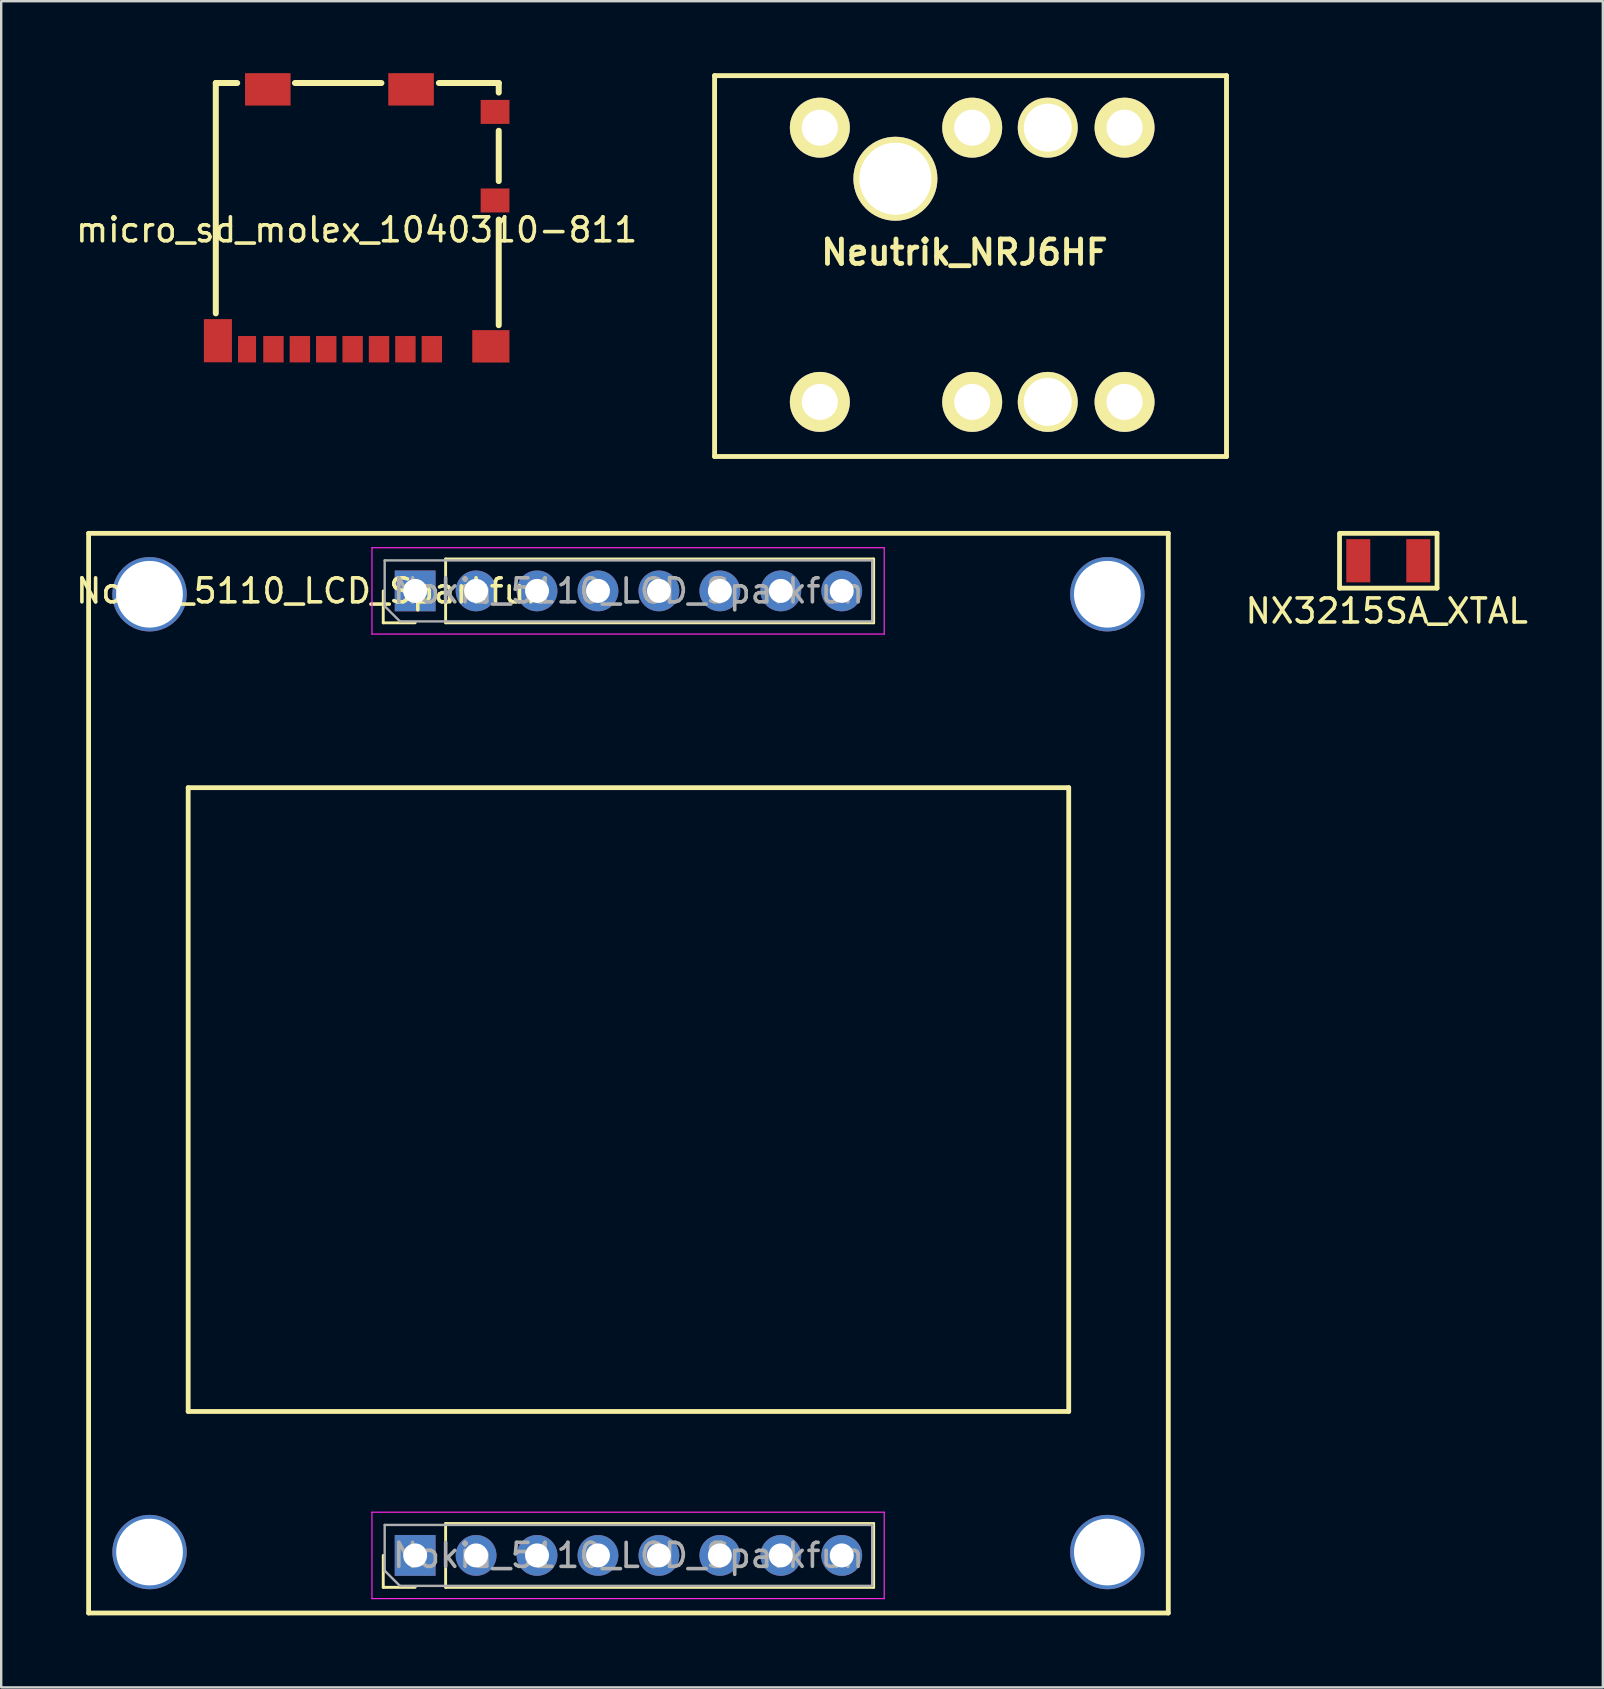
<source format=kicad_pcb>
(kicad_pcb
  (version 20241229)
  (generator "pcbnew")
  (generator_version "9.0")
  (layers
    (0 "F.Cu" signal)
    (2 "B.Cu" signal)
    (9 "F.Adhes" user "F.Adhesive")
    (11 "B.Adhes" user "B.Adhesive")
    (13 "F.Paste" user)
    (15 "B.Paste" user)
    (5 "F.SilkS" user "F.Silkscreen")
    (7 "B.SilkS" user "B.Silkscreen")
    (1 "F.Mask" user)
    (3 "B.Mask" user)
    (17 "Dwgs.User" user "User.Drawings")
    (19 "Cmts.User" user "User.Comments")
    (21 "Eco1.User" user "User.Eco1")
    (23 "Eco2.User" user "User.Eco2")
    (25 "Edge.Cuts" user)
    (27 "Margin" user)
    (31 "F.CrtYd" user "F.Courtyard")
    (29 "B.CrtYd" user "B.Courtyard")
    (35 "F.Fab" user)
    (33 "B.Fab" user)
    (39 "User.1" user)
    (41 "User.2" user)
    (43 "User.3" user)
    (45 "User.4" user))
  (footprint "micro_sd_molex_1040310-811"
    (layer "F.Cu")
    (at 11.815 6.03)
    (property "Reference" "micro_sd_molex_1040310-811" (at 0 0.5 0) (layer "F.SilkS") (effects (font (size 1 1) (thickness 0.15))))
    (attr through_hole)
    (fp_line (start -5.871 -5.62) (end -4.979 -5.62) (stroke (width 0.25) (type solid)) (layer "F.SilkS"))
    (fp_line (start -5.871 3.98) (end -5.871 -5.62) (stroke (width 0.25) (type solid)) (layer "F.SilkS"))
    (fp_line (start -2.572 -5.62) (end 1.032 -5.62) (stroke (width 0.25) (type solid)) (layer "F.SilkS"))
    (fp_line (start 3.426 -5.62) (end 5.922 -5.62) (stroke (width 0.25) (type solid)) (layer "F.SilkS"))
    (fp_line (start 5.922 -5.62) (end 5.922 -5.222) (stroke (width 0.25) (type solid)) (layer "F.SilkS"))
    (fp_line (start 5.922 -3.63) (end 5.922 -1.532) (stroke (width 0.25) (type solid)) (layer "F.SilkS"))
    (fp_line (start 5.922 0.072) (end 5.922 4.474) (stroke (width 0.25) (type solid)) (layer "F.SilkS"))
    (pad "1" smd rect (at 3.133 5.475) (size 0.85 1.1) (layers "F.Cu" "F.Mask" "F.Paste"))
    (pad "2" smd rect (at 2.032 5.475) (size 0.85 1.1) (layers "F.Cu" "F.Mask" "F.Paste"))
    (pad "3" smd rect (at 0.932 5.475) (size 0.85 1.1) (layers "F.Cu" "F.Mask" "F.Paste"))
    (pad "4" smd rect (at -0.167 5.475) (size 0.85 1.1) (layers "F.Cu" "F.Mask" "F.Paste"))
    (pad "5" smd rect (at -1.268 5.475) (size 0.85 1.1) (layers "F.Cu" "F.Mask" "F.Paste"))
    (pad "6" smd rect (at -2.367 5.475) (size 0.85 1.1) (layers "F.Cu" "F.Mask" "F.Paste"))
    (pad "7" smd rect (at -3.468 5.475) (size 0.85 1.1) (layers "F.Cu" "F.Mask" "F.Paste"))
    (pad "8" smd rect (at -4.568 5.475) (size 0.75 1.1) (layers "F.Cu" "F.Mask" "F.Paste"))
    (pad "9" smd rect (at 5.768 -0.725) (size 1.2 1) (layers "F.Cu" "F.Mask" "F.Paste"))
    (pad "10" smd rect (at 5.768 -4.415) (size 1.2 1) (layers "F.Cu" "F.Mask" "F.Paste"))
    (pad "11" smd rect (at -5.782 5.12) (size 1.17 1.8) (layers "F.Cu" "F.Mask" "F.Paste"))
    (pad "11" smd rect (at -3.703 -5.355) (size 1.9 1.35) (layers "F.Cu" "F.Mask" "F.Paste"))
    (pad "11" smd rect (at 2.268 -5.355) (size 1.9 1.35) (layers "F.Cu" "F.Mask" "F.Paste"))
    (pad "11" smd rect (at 5.593 5.355) (size 1.55 1.35) (layers "F.Cu" "F.Mask" "F.Paste")))
  (footprint "NX3215SA_XTAL"
    (layer "F.Cu")
    (at 54.812 20.321)
    (property "Reference" "NX3215SA_XTAL" (at -0.064 2.095 0) (layer "F.SilkS") (effects (font (size 1 1) (thickness 0.15))))
    (attr through_hole)
    (fp_line (start -2.032 -1.079) (end -2.032 1.143) (stroke (width 0.2) (type solid)) (layer "F.SilkS"))
    (fp_line (start -2.032 1.143) (end 2.032 1.143) (stroke (width 0.2) (type solid)) (layer "F.SilkS"))
    (fp_line (start 2.032 -1.143) (end -2.032 -1.143) (stroke (width 0.2) (type solid)) (layer "F.SilkS"))
    (fp_line (start 2.032 1.143) (end 2.032 -1.143) (stroke (width 0.2) (type solid)) (layer "F.SilkS"))
    (pad "1" smd rect (at -1.25 0) (size 1 1.8) (layers "F.Cu" "F.Mask" "F.Paste"))
    (pad "2" smd rect (at 1.25 0) (size 1 1.8) (layers "F.Cu" "F.Mask" "F.Paste")))
  (footprint "Nokia_5110_LCD_Sparkfun"
    (layer "F.Cu")
    (at 23.143 21.578)
    (property "Reference" "Nokia_5110_LCD_Sparkfun" (at -13.208 0 180) (layer "F.SilkS") (effects (font (size 1 1) (thickness 0.15))))
    (attr through_hole)
    (fp_line (start -22.5 -2.4) (end -22.5 42.6) (stroke (width 0.2) (type solid)) (layer "F.SilkS"))
    (fp_line (start -22.5 -2.4) (end 22.5 -2.4) (stroke (width 0.2) (type solid)) (layer "F.SilkS"))
    (fp_line (start -18.35 8.2) (end 18.35 8.2) (stroke (width 0.2) (type solid)) (layer "F.SilkS"))
    (fp_line (start -18.35 34.2) (end -18.35 8.2) (stroke (width 0.2) (type solid)) (layer "F.SilkS"))
    (fp_line (start -10.22 1.33) (end -10.22 0) (stroke (width 0.12) (type solid)) (layer "F.SilkS"))
    (fp_line (start -10.22 41.53) (end -10.22 40.2) (stroke (width 0.12) (type solid)) (layer "F.SilkS"))
    (fp_line (start -8.89 1.33) (end -10.22 1.33) (stroke (width 0.12) (type solid)) (layer "F.SilkS"))
    (fp_line (start -8.89 41.53) (end -10.22 41.53) (stroke (width 0.12) (type solid)) (layer "F.SilkS"))
    (fp_line (start -7.62 -1.33) (end 10.22 -1.33) (stroke (width 0.12) (type solid)) (layer "F.SilkS"))
    (fp_line (start -7.62 1.33) (end -7.62 -1.33) (stroke (width 0.12) (type solid)) (layer "F.SilkS"))
    (fp_line (start -7.62 1.33) (end 10.22 1.33) (stroke (width 0.12) (type solid)) (layer "F.SilkS"))
    (fp_line (start -7.62 38.87) (end 10.22 38.87) (stroke (width 0.12) (type solid)) (layer "F.SilkS"))
    (fp_line (start -7.62 41.53) (end -7.62 38.87) (stroke (width 0.12) (type solid)) (layer "F.SilkS"))
    (fp_line (start -7.62 41.53) (end 10.22 41.53) (stroke (width 0.12) (type solid)) (layer "F.SilkS"))
    (fp_line (start 10.22 1.33) (end 10.22 -1.33) (stroke (width 0.12) (type solid)) (layer "F.SilkS"))
    (fp_line (start 10.22 41.53) (end 10.22 38.87) (stroke (width 0.12) (type solid)) (layer "F.SilkS"))
    (fp_line (start 18.35 8.2) (end 18.35 34.2) (stroke (width 0.2) (type solid)) (layer "F.SilkS"))
    (fp_line (start 18.35 34.2) (end -18.35 34.2) (stroke (width 0.2) (type solid)) (layer "F.SilkS"))
    (fp_line (start 22.5 -2.4) (end 22.5 42.6) (stroke (width 0.2) (type solid)) (layer "F.SilkS"))
    (fp_line (start 22.5 42.6) (end -22.5 42.6) (stroke (width 0.2) (type solid)) (layer "F.SilkS"))
    (fp_line (start -10.69 -1.8) (end -10.69 1.8) (stroke (width 0.05) (type solid)) (layer "F.CrtYd"))
    (fp_line (start -10.69 1.8) (end 10.66 1.8) (stroke (width 0.05) (type solid)) (layer "F.CrtYd"))
    (fp_line (start -10.69 38.4) (end -10.69 42) (stroke (width 0.05) (type solid)) (layer "F.CrtYd"))
    (fp_line (start -10.69 42) (end 10.66 42) (stroke (width 0.05) (type solid)) (layer "F.CrtYd"))
    (fp_line (start 10.66 -1.8) (end -10.69 -1.8) (stroke (width 0.05) (type solid)) (layer "F.CrtYd"))
    (fp_line (start 10.66 1.8) (end 10.66 -1.8) (stroke (width 0.05) (type solid)) (layer "F.CrtYd"))
    (fp_line (start 10.66 38.4) (end -10.69 38.4) (stroke (width 0.05) (type solid)) (layer "F.CrtYd"))
    (fp_line (start 10.66 42) (end 10.66 38.4) (stroke (width 0.05) (type solid)) (layer "F.CrtYd"))
    (fp_line (start -10.16 -1.27) (end 10.16 -1.27) (stroke (width 0.1) (type solid)) (layer "F.Fab"))
    (fp_line (start -10.16 0.635) (end -10.16 -1.27) (stroke (width 0.1) (type solid)) (layer "F.Fab"))
    (fp_line (start -10.16 38.93) (end 10.16 38.93) (stroke (width 0.1) (type solid)) (layer "F.Fab"))
    (fp_line (start -10.16 40.835) (end -10.16 38.93) (stroke (width 0.1) (type solid)) (layer "F.Fab"))
    (fp_line (start -9.525 1.27) (end -10.16 0.635) (stroke (width 0.1) (type solid)) (layer "F.Fab"))
    (fp_line (start -9.525 41.47) (end -10.16 40.835) (stroke (width 0.1) (type solid)) (layer "F.Fab"))
    (fp_line (start 10.16 -1.27) (end 10.16 1.27) (stroke (width 0.1) (type solid)) (layer "F.Fab"))
    (fp_line (start 10.16 1.27) (end -9.525 1.27) (stroke (width 0.1) (type solid)) (layer "F.Fab"))
    (fp_line (start 10.16 38.93) (end 10.16 41.47) (stroke (width 0.1) (type solid)) (layer "F.Fab"))
    (fp_line (start 10.16 41.47) (end -9.525 41.47) (stroke (width 0.1) (type solid)) (layer "F.Fab"))
    (fp_text user "${REFERENCE}" (at 0 0 180) (layer "F.Fab") (effects (font (size 1 1) (thickness 0.15))))
    (fp_text user "${REFERENCE}" (at 0 40.2 180) (layer "F.Fab") (effects (font (size 1 1) (thickness 0.15))))
    (pad "1" thru_hole rect (at -8.89 0 90) (size 1.7 1.7) (drill 1) (layers "*.Cu" "*.Mask"))
    (pad "1" thru_hole rect (at -8.89 40.2 90) (size 1.7 1.7) (drill 1) (layers "*.Cu" "*.Mask"))
    (pad "2" thru_hole oval (at -6.35 0 90) (size 1.7 1.7) (drill 1) (layers "*.Cu" "*.Mask"))
    (pad "2" thru_hole oval (at -6.35 40.2 90) (size 1.7 1.7) (drill 1) (layers "*.Cu" "*.Mask"))
    (pad "3" thru_hole oval (at -3.81 0 90) (size 1.7 1.7) (drill 1) (layers "*.Cu" "*.Mask"))
    (pad "3" thru_hole oval (at -3.81 40.2 90) (size 1.7 1.7) (drill 1) (layers "*.Cu" "*.Mask"))
    (pad "4" thru_hole oval (at -1.27 0 90) (size 1.7 1.7) (drill 1) (layers "*.Cu" "*.Mask"))
    (pad "4" thru_hole oval (at -1.27 40.2 90) (size 1.7 1.7) (drill 1) (layers "*.Cu" "*.Mask"))
    (pad "5" thru_hole oval (at 1.27 0 90) (size 1.7 1.7) (drill 1) (layers "*.Cu" "*.Mask"))
    (pad "5" thru_hole oval (at 1.27 40.2 90) (size 1.7 1.7) (drill 1) (layers "*.Cu" "*.Mask"))
    (pad "6" thru_hole oval (at 3.81 0 90) (size 1.7 1.7) (drill 1) (layers "*.Cu" "*.Mask"))
    (pad "6" thru_hole oval (at 3.81 40.2 90) (size 1.7 1.7) (drill 1) (layers "*.Cu" "*.Mask"))
    (pad "7" thru_hole oval (at 6.35 0 90) (size 1.7 1.7) (drill 1) (layers "*.Cu" "*.Mask"))
    (pad "7" thru_hole oval (at 6.35 40.2 90) (size 1.7 1.7) (drill 1) (layers "*.Cu" "*.Mask"))
    (pad "8" thru_hole oval (at 8.89 0 90) (size 1.7 1.7) (drill 1) (layers "*.Cu" "*.Mask"))
    (pad "8" thru_hole oval (at 8.89 40.2 90) (size 1.7 1.7) (drill 1) (layers "*.Cu" "*.Mask"))
    (pad "9" thru_hole circle (at -19.96 0.14 90) (size 3.1 3.1) (drill 2.78) (layers "*.Cu" "*.Mask"))
    (pad "9" thru_hole circle (at -19.96 40.06 90) (size 3.1 3.1) (drill 2.78) (layers "*.Cu" "*.Mask"))
    (pad "9" thru_hole circle (at 19.96 0.14 90) (size 3.1 3.1) (drill 2.78) (layers "*.Cu" "*.Mask"))
    (pad "9" thru_hole circle (at 19.96 40.06 90) (size 3.1 3.1) (drill 2.78) (layers "*.Cu" "*.Mask")))
  (footprint "Neutrik_NRJ6HF"
    (layer "F.Cu")
    (at 48.069 9.5)
    (property "Reference" "Neutrik_NRJ6HF" (at -10.922 -2.032 0) (layer "F.SilkS") (effects (font (size 1.016 1.016) (thickness 0.203))))
    (attr through_hole)
    (fp_line (start -21.336 6.477) (end -21.336 -9.398) (stroke (width 0.203) (type solid)) (layer "F.SilkS"))
    (fp_line (start 0 -9.398) (end -21.336 -9.398) (stroke (width 0.203) (type solid)) (layer "F.SilkS"))
    (fp_line (start 0 6.477) (end -21.336 6.477) (stroke (width 0.203) (type solid)) (layer "F.SilkS"))
    (fp_line (start 0 6.477) (end 0 -9.398) (stroke (width 0.203) (type solid)) (layer "F.SilkS"))
    (pad "1" thru_hole circle (at -4.249 -7.229) (size 2.499 2.499) (drill 1.501) (layers "*.Cu" "*.Mask" "F.SilkS"))
    (pad "2" thru_hole circle (at -16.949 -7.229) (size 2.499 2.499) (drill 1.501) (layers "*.Cu" "*.Mask" "F.SilkS"))
    (pad "3" thru_hole circle (at -10.599 -7.229) (size 2.499 2.499) (drill 1.501) (layers "*.Cu" "*.Mask" "F.SilkS"))
    (pad "4" thru_hole circle (at -4.249 4.201) (size 2.499 2.499) (drill 1.501) (layers "*.Cu" "*.Mask" "F.SilkS"))
    (pad "5" thru_hole circle (at -16.949 4.201) (size 2.499 2.499) (drill 1.501) (layers "*.Cu" "*.Mask" "F.SilkS"))
    (pad "6" thru_hole circle (at -10.599 4.201) (size 2.499 2.499) (drill 1.501) (layers "*.Cu" "*.Mask" "F.SilkS"))
    (pad "7" thru_hole circle (at -13.8 -5.1) (size 3.5 3.5) (drill 3) (layers "*.Cu" "*.Mask" "F.SilkS"))
    (pad "8" thru_hole circle (at -7.45 -7.229) (size 2.499 2.499) (drill 1.999) (layers "*.Cu" "*.Mask" "F.SilkS"))
    (pad "9" thru_hole circle (at -7.45 4.201) (size 2.499 2.499) (drill 1.999) (layers "*.Cu" "*.Mask" "F.SilkS")))
  (gr_rect
    (start -3 -3)
    (end 63.754 67.278)
    (stroke (width 0.1) (type default))
    (fill no)
    (layer "Edge.Cuts")))
</source>
